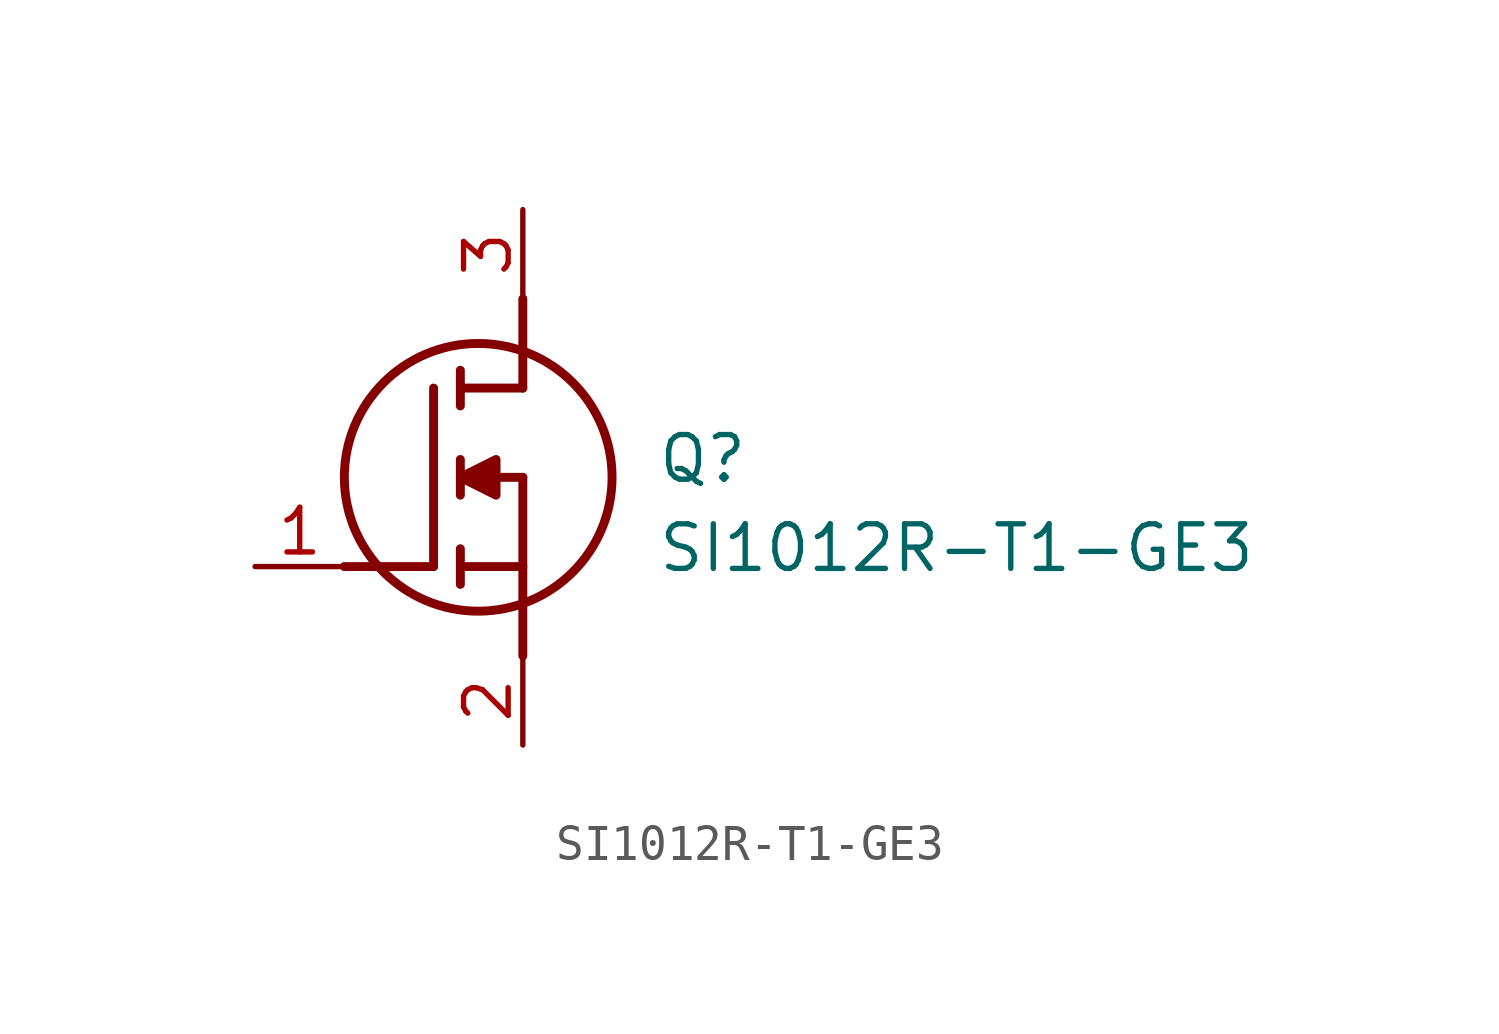
<source format=kicad_sym>
(kicad_symbol_lib
  (version 20211014)
  (generator SamacSys_ECAD_Model)
  (symbol "SI1012R-T1-GE3"
    (pin_names hide)
    (property "Reference" "Q"
      (at 11.43 3.81 0)
      (effects (font (size 1.27 1.27)) (justify left top)))
    (property "Value" "SI1012R-T1-GE3"
      (at 11.43 1.27 0)
      (effects (font (size 1.27 1.27)) (justify left top)))
    (polyline
      (pts (xy 7.62 2.54) (xy 7.62 -2.54))
      (stroke (width 0.254) (type default))
      (fill (type none)))
    (polyline
      (pts (xy 7.62 5.08) (xy 7.62 7.62))
      (stroke (width 0.254) (type default))
      (fill (type none)))
    (polyline
      (pts (xy 2.54 0) (xy 5.08 0))
      (stroke (width 0.254) (type default))
      (fill (type none)))
    (polyline
      (pts (xy 5.08 5.08) (xy 5.08 0))
      (stroke (width 0.254) (type default))
      (fill (type none)))
    (polyline
      (pts (xy 7.62 2.54) (xy 5.842 2.54))
      (stroke (width 0.254) (type default))
      (fill (type none)))
    (polyline
      (pts (xy 7.62 5.08) (xy 5.842 5.08))
      (stroke (width 0.254) (type default))
      (fill (type none)))
    (polyline
      (pts (xy 5.842 0) (xy 7.62 0))
      (stroke (width 0.254) (type default))
      (fill (type none)))
    (polyline
      (pts (xy 5.842 5.588) (xy 5.842 4.572))
      (stroke (width 0.254) (type default))
      (fill (type none)))
    (polyline
      (pts (xy 5.842 -0.508) (xy 5.842 0.508))
      (stroke (width 0.254) (type default))
      (fill (type none)))
    (polyline
      (pts (xy 5.842 2.032) (xy 5.842 3.048))
      (stroke (width 0.254) (type default))
      (fill (type none)))
    (circle
      (center 6.35 2.54)
      (radius 3.81)
      (stroke (width 0.254) (type default))
      (fill (type none)))
    (polyline
      (pts (xy 5.842 2.54) (xy 6.858 3.048) (xy 6.858 2.032) (xy 5.842 2.54))
      (stroke (width 0.254) (type default))
      (fill (type outline)))
    (pin passive line
      (at 0 0 0)
      (length 2.54)
      (name "G" (effects (font (size 1.27 1.27))))
      (number "1" (effects (font (size 1.27 1.27)))))
    (pin passive line
      (at 7.62 10.16 270)
      (length 2.54)
      (name "D" (effects (font (size 1.27 1.27))))
      (number "3" (effects (font (size 1.27 1.27)))))
    (pin passive line
      (at 7.62 -5.08 90)
      (length 2.54)
      (name "S" (effects (font (size 1.27 1.27))))
      (number "2" (effects (font (size 1.27 1.27)))))))
</source>
